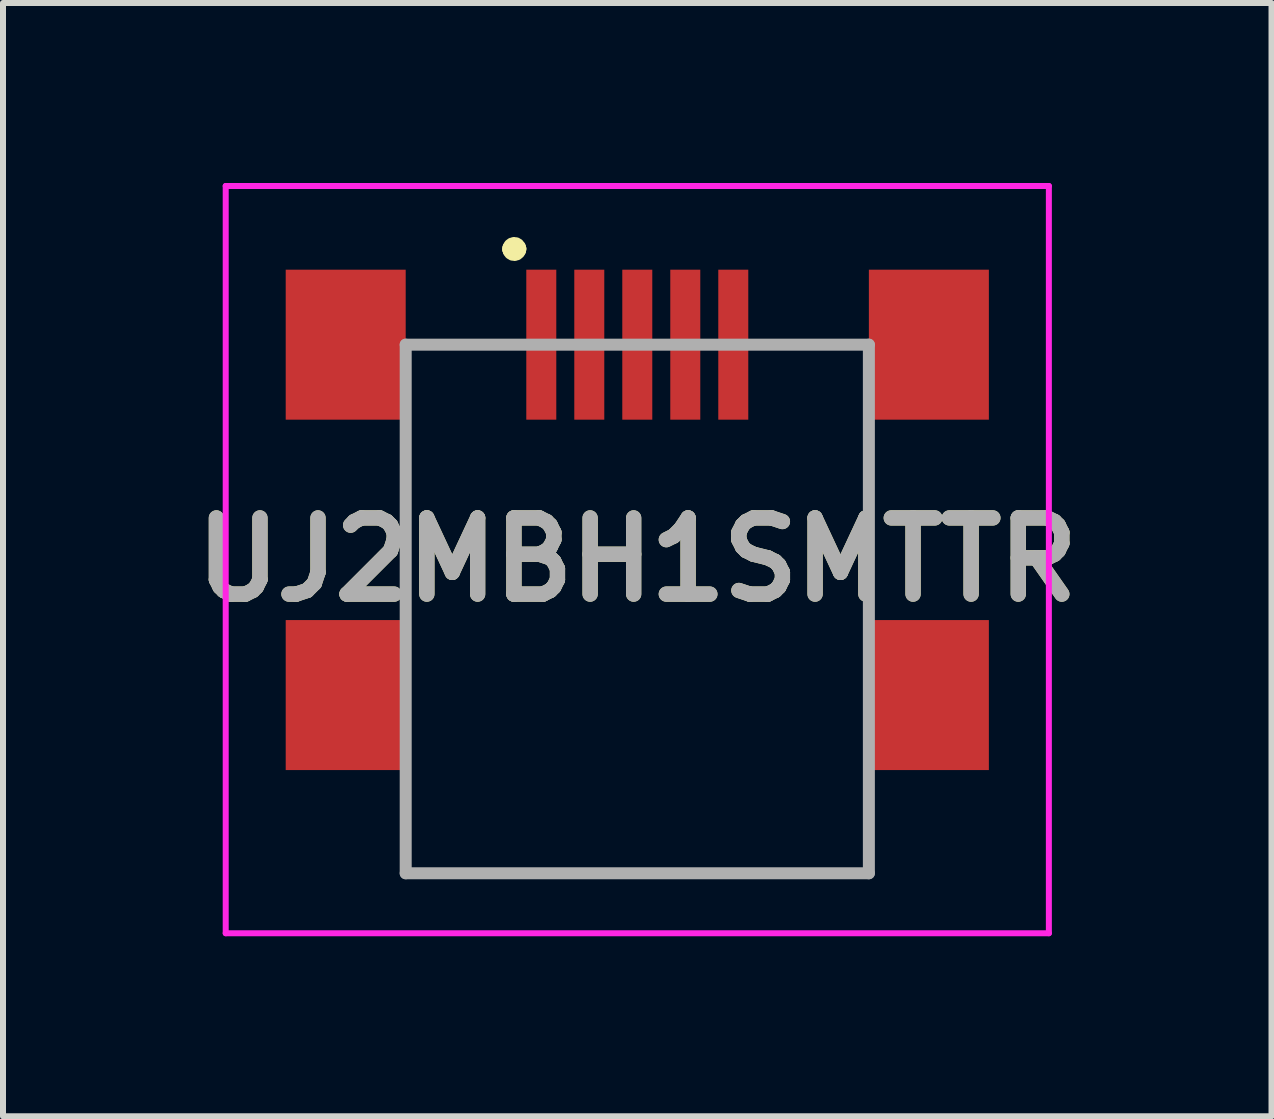
<source format=kicad_pcb>
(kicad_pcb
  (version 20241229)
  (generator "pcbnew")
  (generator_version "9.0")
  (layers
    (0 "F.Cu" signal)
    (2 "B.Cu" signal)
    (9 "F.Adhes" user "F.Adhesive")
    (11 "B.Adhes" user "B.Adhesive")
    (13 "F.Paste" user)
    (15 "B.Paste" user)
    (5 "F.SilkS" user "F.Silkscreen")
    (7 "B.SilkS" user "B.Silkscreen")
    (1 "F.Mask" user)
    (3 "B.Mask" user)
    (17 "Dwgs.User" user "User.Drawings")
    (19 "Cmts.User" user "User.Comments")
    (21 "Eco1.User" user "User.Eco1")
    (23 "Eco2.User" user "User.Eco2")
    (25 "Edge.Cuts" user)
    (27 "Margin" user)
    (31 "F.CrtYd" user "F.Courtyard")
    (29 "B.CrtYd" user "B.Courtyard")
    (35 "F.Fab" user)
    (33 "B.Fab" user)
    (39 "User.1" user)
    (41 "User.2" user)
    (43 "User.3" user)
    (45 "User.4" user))
  (footprint "UJ2MBH1SMTTR"
    (layer "F.Cu")
    (at 7.572 7.1)
    (property "Reference" "UJ2MBH1SMTTR" (at 0 -0.822 0) (layer "F.SilkS") (effects (font (size 1.27 1.27) (thickness 0.254))))
    (attr smd)
    (fp_line (start -2.1 -6) (end -2.1 -6) (stroke (width 0.3) (type solid)) (layer "F.SilkS"))
    (fp_line (start -2 -6) (end -2 -6) (stroke (width 0.3) (type solid)) (layer "F.SilkS"))
    (fp_arc (start -2.1 -6) (mid -2.05 -6.05) (end -2 -6) (stroke (width 0.3) (type solid)) (layer "F.SilkS"))
    (fp_arc (start -2 -6) (mid -2.05 -5.95) (end -2.1 -6) (stroke (width 0.3) (type solid)) (layer "F.SilkS"))
    (fp_line (start -6.86 -7.05) (end 6.86 -7.05) (stroke (width 0.1) (type solid)) (layer "F.CrtYd"))
    (fp_line (start -6.86 5.405) (end -6.86 -7.05) (stroke (width 0.1) (type solid)) (layer "F.CrtYd"))
    (fp_line (start 6.86 -7.05) (end 6.86 5.405) (stroke (width 0.1) (type solid)) (layer "F.CrtYd"))
    (fp_line (start 6.86 5.405) (end -6.86 5.405) (stroke (width 0.1) (type solid)) (layer "F.CrtYd"))
    (fp_line (start -3.86 -4.405) (end 3.86 -4.405) (stroke (width 0.2) (type solid)) (layer "F.Fab"))
    (fp_line (start -3.86 4.405) (end -3.86 -4.405) (stroke (width 0.2) (type solid)) (layer "F.Fab"))
    (fp_line (start 3.86 -4.405) (end 3.86 4.405) (stroke (width 0.2) (type solid)) (layer "F.Fab"))
    (fp_line (start 3.86 4.405) (end -3.86 4.405) (stroke (width 0.2) (type solid)) (layer "F.Fab"))
    (fp_text user "${REFERENCE}" (at 0 -0.822 0) (layer "F.Fab") (effects (font (size 1.27 1.27) (thickness 0.254))))
    (pad "1" smd rect (at -1.6 -4.405) (size 0.5 2.5) (layers "F.Cu" "F.Mask" "F.Paste"))
    (pad "2" smd rect (at -0.8 -4.405) (size 0.5 2.5) (layers "F.Cu" "F.Mask" "F.Paste"))
    (pad "3" smd rect (at 0 -4.405) (size 0.5 2.5) (layers "F.Cu" "F.Mask" "F.Paste"))
    (pad "4" smd rect (at 0.8 -4.405) (size 0.5 2.5) (layers "F.Cu" "F.Mask" "F.Paste"))
    (pad "5" smd rect (at 1.6 -4.405) (size 0.5 2.5) (layers "F.Cu" "F.Mask" "F.Paste"))
    (pad "MP1" smd rect (at -4.86 -4.405) (size 2 2.5) (layers "F.Cu" "F.Mask" "F.Paste"))
    (pad "MP2" smd rect (at 4.86 -4.405) (size 2 2.5) (layers "F.Cu" "F.Mask" "F.Paste"))
    (pad "MP3" smd rect (at -4.86 1.435) (size 2 2.5) (layers "F.Cu" "F.Mask" "F.Paste"))
    (pad "MP4" smd rect (at 4.86 1.435) (size 2 2.5) (layers "F.Cu" "F.Mask" "F.Paste")))
  (gr_rect
    (start -3 -3)
    (end 18.143 15.555)
    (stroke (width 0.1) (type default))
    (fill no)
    (layer "Edge.Cuts")))
</source>
